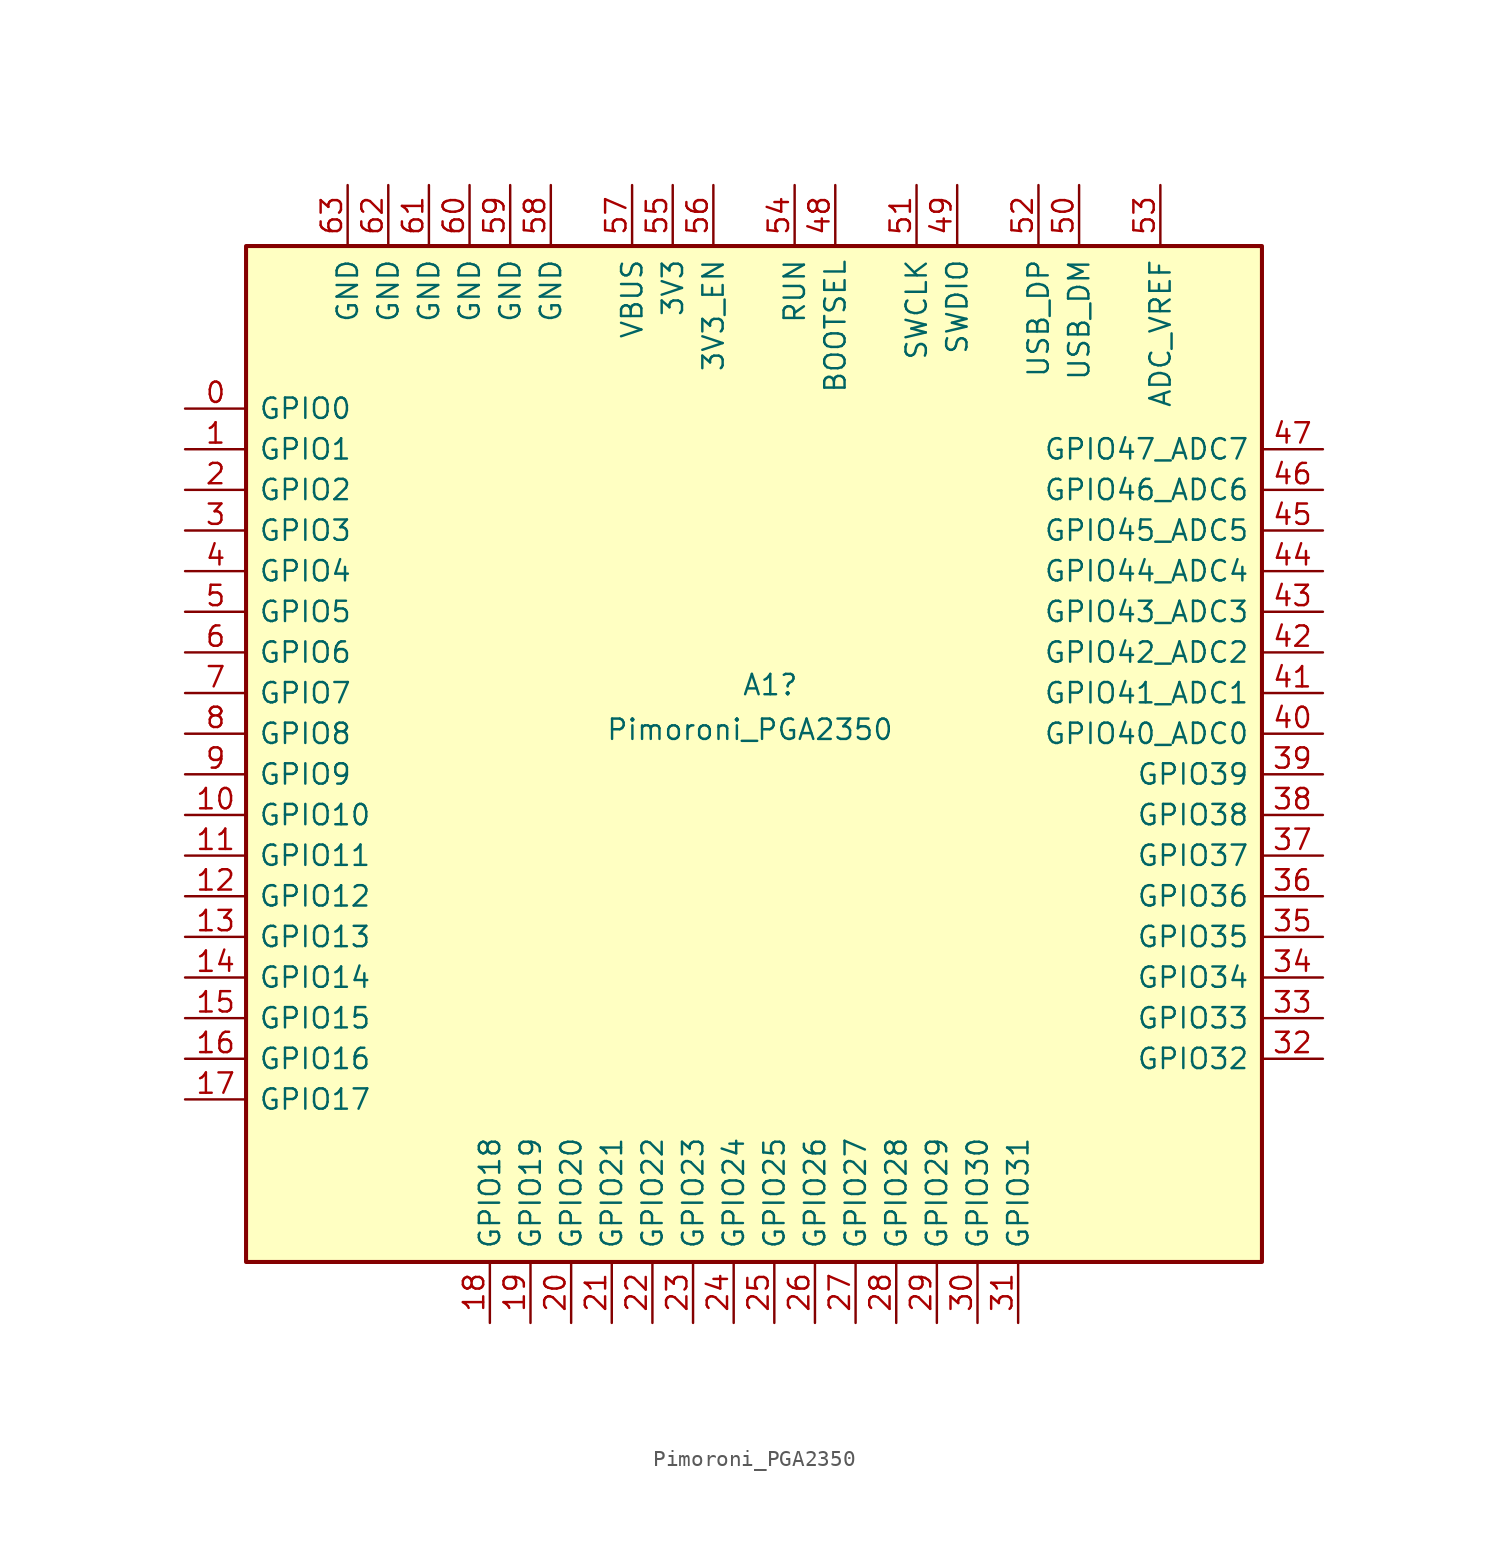
<source format=kicad_sym>
(kicad_symbol_lib
  (version 20231120)
  (generator "kicad_symbol_editor")
  (generator_version "8.0")
  (symbol "Pimoroni_PGA2350"
    (pin_names
      (offset 0.762))
    (property "Reference" "A1"
      (at 1.016 4.318 0)
      (effects (font (size 1.27 1.27))))
    (property "Value" "Pimoroni_PGA2350"
      (at -0.254 1.524 0)
      (effects (font (size 1.27 1.27))))
    (symbol "Pimoroni_PGA2350_0_1"
      (rectangle (start -31.75 31.75) (end 31.75 -31.75) (stroke (width 0.254) (type default)) (fill (type background))))
    (symbol "Pimoroni_PGA2350_1_1"
      (pin bidirectional line (at -35.56 21.59 0) (length 3.81) (name "GPIO0" (effects (font (size 1.27 1.27)))) (number "0" (effects (font (size 1.27 1.27)))) (alternate "I2C0_SDA" bidirectional line) (alternate "PWM0_A" output line) (alternate "SPI0_RX" input line) (alternate "UART0_TX" output line) (alternate "USB_OVCUR_DET" input line))
      (pin bidirectional line (at -35.56 19.05 0) (length 3.81) (name "GPIO1" (effects (font (size 1.27 1.27)))) (number "1" (effects (font (size 1.27 1.27)))) (alternate "I2C0_SCL" bidirectional clock) (alternate "PWM0_B" bidirectional line) (alternate "UART0_RX" input line) (alternate "USB_VBUS_DET" passive line) (alternate "~{SPI0_CSn}" bidirectional line))
      (pin bidirectional line (at -35.56 -3.81 0) (length 3.81) (name "GPIO10" (effects (font (size 1.27 1.27)))) (number "10" (effects (font (size 1.27 1.27)))) (alternate "I2C1_SDA" bidirectional line) (alternate "PWM5_A" output line) (alternate "SPI1_SCK" bidirectional clock) (alternate "UART1_CTS" input line) (alternate "USB_VBUS_DET" input line))
      (pin bidirectional line (at -35.56 -6.35 0) (length 3.81) (name "GPIO11" (effects (font (size 1.27 1.27)))) (number "11" (effects (font (size 1.27 1.27)))) (alternate "I2C1_SCL" bidirectional clock) (alternate "PWM5_B" bidirectional line) (alternate "SPI1_TX" output line) (alternate "UART1_RTS" output line) (alternate "USB_VBUS_EN" output line))
      (pin bidirectional line (at -35.56 -8.89 0) (length 3.81) (name "GPIO12" (effects (font (size 1.27 1.27)))) (number "12" (effects (font (size 1.27 1.27)))) (alternate "I2C0_SDA" bidirectional line) (alternate "PWM6_A" output line) (alternate "SPI1_RX" input line) (alternate "UART0_TX" output line) (alternate "USB_OVCUR_DET" input line))
      (pin bidirectional line (at -35.56 -11.43 0) (length 3.81) (name "GPIO13" (effects (font (size 1.27 1.27)))) (number "13" (effects (font (size 1.27 1.27)))) (alternate "I2C0_SCL" bidirectional clock) (alternate "PWM6_B" bidirectional line) (alternate "UART0_RX" input line) (alternate "USB_VBUS_DET" input line) (alternate "~{SPI1_CSn}" bidirectional line))
      (pin bidirectional line (at -35.56 -13.97 0) (length 3.81) (name "GPIO14" (effects (font (size 1.27 1.27)))) (number "14" (effects (font (size 1.27 1.27)))) (alternate "I2C1_SDA" bidirectional line) (alternate "PWM7_A" output line) (alternate "SPI1_SCK" bidirectional clock) (alternate "UART0_CTS" input line) (alternate "USB_VBUS_EN" output line))
      (pin bidirectional line (at -35.56 -16.51 0) (length 3.81) (name "GPIO15" (effects (font (size 1.27 1.27)))) (number "15" (effects (font (size 1.27 1.27)))) (alternate "I2C1_SCL" bidirectional clock) (alternate "PWM7_B" bidirectional line) (alternate "SPI1_TX" output line) (alternate "UART0_RTS" output line) (alternate "USB_OVCUR_DET" input line))
      (pin bidirectional line (at -35.56 -19.05 0) (length 3.81) (name "GPIO16" (effects (font (size 1.27 1.27)))) (number "16" (effects (font (size 1.27 1.27)))) (alternate "I2C0_SDA" bidirectional line) (alternate "PWM0_A" output line) (alternate "SPI0_RX" input line) (alternate "UART0_TX" output line) (alternate "USB_VBUS_DET" input line))
      (pin bidirectional line (at -35.56 -21.59 0) (length 3.81) (name "GPIO17" (effects (font (size 1.27 1.27)))) (number "17" (effects (font (size 1.27 1.27)))) (alternate "I2C0_SCL" bidirectional clock) (alternate "PWM0_B" bidirectional line) (alternate "UART0_RX" input line) (alternate "USB_VBUS_EN" output line) (alternate "~{SPI0_CSn}" bidirectional line))
      (pin bidirectional line (at -16.51 -35.56 90) (length 3.81) (name "GPIO18" (effects (font (size 1.27 1.27)))) (number "18" (effects (font (size 1.27 1.27)))) (alternate "I2C1_SDA" bidirectional line) (alternate "PWM1_A" output line) (alternate "SPI0_SCK" bidirectional clock) (alternate "UART0_CTS" input line) (alternate "USB_OVCUR_DET" input line))
      (pin bidirectional line (at -13.97 -35.56 90) (length 3.81) (name "GPIO19" (effects (font (size 1.27 1.27)))) (number "19" (effects (font (size 1.27 1.27)))) (alternate "I2C1_SCL" bidirectional clock) (alternate "PWM1_B" bidirectional line) (alternate "SPI0_TX" output line) (alternate "UART0_RTS" output line) (alternate "USB_VBUS_DET" input line))
      (pin bidirectional line (at -35.56 16.51 0) (length 3.81) (name "GPIO2" (effects (font (size 1.27 1.27)))) (number "2" (effects (font (size 1.27 1.27)))) (alternate "I2C1_SDA" bidirectional line) (alternate "PWM1_A" output line) (alternate "SPI0_SCK" bidirectional clock) (alternate "UART0_CTS" input line) (alternate "USB_VBUS_DET" input line))
      (pin bidirectional line (at -11.43 -35.56 90) (length 3.81) (name "GPIO20" (effects (font (size 1.27 1.27)))) (number "20" (effects (font (size 1.27 1.27)))) (alternate "CLOCK_GPIN0" input clock) (alternate "I2C0_SDA" bidirectional line) (alternate "PWM2_A" output line) (alternate "SPI0_RX" input line) (alternate "UART1_TX" output line) (alternate "USB_VBUS_EN" output line))
      (pin bidirectional line (at -8.89 -35.56 90) (length 3.81) (name "GPIO21" (effects (font (size 1.27 1.27)))) (number "21" (effects (font (size 1.27 1.27)))) (alternate "CLOCK_GPOUT0" output clock) (alternate "I2C0_SCL" bidirectional clock) (alternate "PWM2_B" bidirectional line) (alternate "UART1_RX" input line) (alternate "USB_OVCUR_DET" input line) (alternate "~{SPI0_CSn}" bidirectional line))
      (pin bidirectional line (at -6.35 -35.56 90) (length 3.81) (name "GPIO22" (effects (font (size 1.27 1.27)))) (number "22" (effects (font (size 1.27 1.27)))) (alternate "CLOCK_GPIN1" input clock) (alternate "I2C1_SDA" bidirectional line) (alternate "PWM3_A" output line) (alternate "SPI0_SCK" bidirectional clock) (alternate "UART1_CTS" input line) (alternate "USB_VBUS_DET" input line))
      (pin bidirectional line (at -3.81 -35.56 90) (length 3.81) (name "GPIO23" (effects (font (size 1.27 1.27)))) (number "23" (effects (font (size 1.27 1.27)))) (alternate "CLOCK_GPIN1" input clock) (alternate "I2C1_SDA" bidirectional line) (alternate "PWM3_A" output line) (alternate "SPI0_SCK" bidirectional clock) (alternate "UART1_CTS" input line) (alternate "USB_VBUS_DET" input line))
      (pin bidirectional line (at -1.27 -35.56 90) (length 3.81) (name "GPIO24" (effects (font (size 1.27 1.27)))) (number "24" (effects (font (size 1.27 1.27)))) (alternate "CLOCK_GPIN1" input clock) (alternate "I2C1_SDA" bidirectional line) (alternate "PWM3_A" output line) (alternate "SPI0_SCK" bidirectional clock) (alternate "UART1_CTS" input line) (alternate "USB_VBUS_DET" input line))
      (pin bidirectional line (at 1.27 -35.56 90) (length 3.81) (name "GPIO25" (effects (font (size 1.27 1.27)))) (number "25" (effects (font (size 1.27 1.27)))) (alternate "CLOCK_GPIN1" input clock) (alternate "I2C1_SDA" bidirectional line) (alternate "PWM3_A" output line) (alternate "SPI0_SCK" bidirectional clock) (alternate "UART1_CTS" input line) (alternate "USB_VBUS_DET" input line))
      (pin bidirectional line (at 3.81 -35.56 90) (length 3.81) (name "GPIO26" (effects (font (size 1.27 1.27)))) (number "26" (effects (font (size 1.27 1.27)))) (alternate "ADC0" input line) (alternate "GPIO26" bidirectional line) (alternate "I2C1_SDA" bidirectional line) (alternate "PWM5_A" output line) (alternate "SPI1_SCK" bidirectional clock) (alternate "UART1_CTS" input line) (alternate "USB_VBUS_EN" output line))
      (pin bidirectional line (at 6.35 -35.56 90) (length 3.81) (name "GPIO27" (effects (font (size 1.27 1.27)))) (number "27" (effects (font (size 1.27 1.27)))) (alternate "ADC1" input line) (alternate "GPIO27" bidirectional line) (alternate "I2C1_SCL" bidirectional clock) (alternate "PWM5_B" bidirectional line) (alternate "SPI1_TX" output line) (alternate "UART1_RTS" output line) (alternate "USB_OVCUR_DET" input line))
      (pin bidirectional line (at 8.89 -35.56 90) (length 3.81) (name "GPIO28" (effects (font (size 1.27 1.27)))) (number "28" (effects (font (size 1.27 1.27)))) (alternate "ADC2" input line) (alternate "GPIO28" bidirectional line) (alternate "I2C0_SDA" bidirectional line) (alternate "PWM6_A" output line) (alternate "SPI1_RX" input line) (alternate "UART0_TX" output line) (alternate "USB_VBUS_DET" input line))
      (pin bidirectional line (at 11.43 -35.56 90) (length 3.81) (name "GPIO29" (effects (font (size 1.27 1.27)))) (number "29" (effects (font (size 1.27 1.27)))) (alternate "ADC2" input line) (alternate "GPIO28" bidirectional line) (alternate "I2C0_SDA" bidirectional line) (alternate "PWM6_A" output line) (alternate "SPI1_RX" input line) (alternate "UART0_TX" output line) (alternate "USB_VBUS_DET" input line))
      (pin bidirectional line (at -35.56 13.97 0) (length 3.81) (name "GPIO3" (effects (font (size 1.27 1.27)))) (number "3" (effects (font (size 1.27 1.27)))) (alternate "I2C1_SCL" bidirectional clock) (alternate "PWM1_B" bidirectional line) (alternate "SPI0_TX" output line) (alternate "UART0_RTS" output line) (alternate "USB_OVCUR_DET" input line))
      (pin bidirectional line (at 13.97 -35.56 90) (length 3.81) (name "GPIO30" (effects (font (size 1.27 1.27)))) (number "30" (effects (font (size 1.27 1.27)))) (alternate "ADC2" input line) (alternate "GPIO28" bidirectional line) (alternate "I2C0_SDA" bidirectional line) (alternate "PWM6_A" output line) (alternate "SPI1_RX" input line) (alternate "UART0_TX" output line) (alternate "USB_VBUS_DET" input line))
      (pin bidirectional line (at 16.51 -35.56 90) (length 3.81) (name "GPIO31" (effects (font (size 1.27 1.27)))) (number "31" (effects (font (size 1.27 1.27)))) (alternate "ADC2" input line) (alternate "GPIO28" bidirectional line) (alternate "I2C0_SDA" bidirectional line) (alternate "PWM6_A" output line) (alternate "SPI1_RX" input line) (alternate "UART0_TX" output line) (alternate "USB_VBUS_DET" input line))
      (pin bidirectional line (at 35.56 -19.05 180) (length 3.81) (name "GPIO32" (effects (font (size 1.27 1.27)))) (number "32" (effects (font (size 1.27 1.27)))) (alternate "ADC2" input line) (alternate "GPIO28" bidirectional line) (alternate "I2C0_SDA" bidirectional line) (alternate "PWM6_A" output line) (alternate "SPI1_RX" input line) (alternate "UART0_TX" output line) (alternate "USB_VBUS_DET" input line))
      (pin bidirectional line (at 35.56 -16.51 180) (length 3.81) (name "GPIO33" (effects (font (size 1.27 1.27)))) (number "33" (effects (font (size 1.27 1.27)))) (alternate "ADC2" input line) (alternate "GPIO28" bidirectional line) (alternate "I2C0_SDA" bidirectional line) (alternate "PWM6_A" output line) (alternate "SPI1_RX" input line) (alternate "UART0_TX" output line) (alternate "USB_VBUS_DET" input line))
      (pin bidirectional line (at 35.56 -13.97 180) (length 3.81) (name "GPIO34" (effects (font (size 1.27 1.27)))) (number "34" (effects (font (size 1.27 1.27)))) (alternate "ADC2" input line) (alternate "GPIO28" bidirectional line) (alternate "I2C0_SDA" bidirectional line) (alternate "PWM6_A" output line) (alternate "SPI1_RX" input line) (alternate "UART0_TX" output line) (alternate "USB_VBUS_DET" input line))
      (pin bidirectional line (at 35.56 -11.43 180) (length 3.81) (name "GPIO35" (effects (font (size 1.27 1.27)))) (number "35" (effects (font (size 1.27 1.27)))) (alternate "ADC2" input line) (alternate "GPIO28" bidirectional line) (alternate "I2C0_SDA" bidirectional line) (alternate "PWM6_A" output line) (alternate "SPI1_RX" input line) (alternate "UART0_TX" output line) (alternate "USB_VBUS_DET" input line))
      (pin bidirectional line (at 35.56 -8.89 180) (length 3.81) (name "GPIO36" (effects (font (size 1.27 1.27)))) (number "36" (effects (font (size 1.27 1.27)))) (alternate "ADC2" input line) (alternate "GPIO28" bidirectional line) (alternate "I2C0_SDA" bidirectional line) (alternate "PWM6_A" output line) (alternate "SPI1_RX" input line) (alternate "UART0_TX" output line) (alternate "USB_VBUS_DET" input line))
      (pin bidirectional line (at 35.56 -6.35 180) (length 3.81) (name "GPIO37" (effects (font (size 1.27 1.27)))) (number "37" (effects (font (size 1.27 1.27)))) (alternate "ADC2" input line) (alternate "GPIO28" bidirectional line) (alternate "I2C0_SDA" bidirectional line) (alternate "PWM6_A" output line) (alternate "SPI1_RX" input line) (alternate "UART0_TX" output line) (alternate "USB_VBUS_DET" input line))
      (pin bidirectional line (at 35.56 -3.81 180) (length 3.81) (name "GPIO38" (effects (font (size 1.27 1.27)))) (number "38" (effects (font (size 1.27 1.27)))) (alternate "ADC2" input line) (alternate "GPIO28" bidirectional line) (alternate "I2C0_SDA" bidirectional line) (alternate "PWM6_A" output line) (alternate "SPI1_RX" input line) (alternate "UART0_TX" output line) (alternate "USB_VBUS_DET" input line))
      (pin bidirectional line (at 35.56 -1.27 180) (length 3.81) (name "GPIO39" (effects (font (size 1.27 1.27)))) (number "39" (effects (font (size 1.27 1.27)))) (alternate "ADC2" input line) (alternate "GPIO28" bidirectional line) (alternate "I2C0_SDA" bidirectional line) (alternate "PWM6_A" output line) (alternate "SPI1_RX" input line) (alternate "UART0_TX" output line) (alternate "USB_VBUS_DET" input line))
      (pin bidirectional line (at -35.56 11.43 0) (length 3.81) (name "GPIO4" (effects (font (size 1.27 1.27)))) (number "4" (effects (font (size 1.27 1.27)))) (alternate "I2C0_SDA" bidirectional line) (alternate "PWM2_A" output line) (alternate "SPI0_RX" input line) (alternate "UART1_TX" output line) (alternate "USB_VBUS_DET" input line))
      (pin bidirectional line (at 35.56 1.27 180) (length 3.81) (name "GPIO40_ADC0" (effects (font (size 1.27 1.27)))) (number "40" (effects (font (size 1.27 1.27)))) (alternate "ADC2" input line) (alternate "GPIO28" bidirectional line) (alternate "I2C0_SDA" bidirectional line) (alternate "PWM6_A" output line) (alternate "SPI1_RX" input line) (alternate "UART0_TX" output line) (alternate "USB_VBUS_DET" input line))
      (pin bidirectional line (at 35.56 3.81 180) (length 3.81) (name "GPIO41_ADC1" (effects (font (size 1.27 1.27)))) (number "41" (effects (font (size 1.27 1.27)))) (alternate "ADC2" input line) (alternate "GPIO28" bidirectional line) (alternate "I2C0_SDA" bidirectional line) (alternate "PWM6_A" output line) (alternate "SPI1_RX" input line) (alternate "UART0_TX" output line) (alternate "USB_VBUS_DET" input line))
      (pin bidirectional line (at 35.56 6.35 180) (length 3.81) (name "GPIO42_ADC2" (effects (font (size 1.27 1.27)))) (number "42" (effects (font (size 1.27 1.27)))) (alternate "ADC2" input line) (alternate "GPIO28" bidirectional line) (alternate "I2C0_SDA" bidirectional line) (alternate "PWM6_A" output line) (alternate "SPI1_RX" input line) (alternate "UART0_TX" output line) (alternate "USB_VBUS_DET" input line))
      (pin bidirectional line (at 35.56 8.89 180) (length 3.81) (name "GPIO43_ADC3" (effects (font (size 1.27 1.27)))) (number "43" (effects (font (size 1.27 1.27)))) (alternate "ADC2" input line) (alternate "GPIO28" bidirectional line) (alternate "I2C0_SDA" bidirectional line) (alternate "PWM6_A" output line) (alternate "SPI1_RX" input line) (alternate "UART0_TX" output line) (alternate "USB_VBUS_DET" input line))
      (pin bidirectional line (at 35.56 11.43 180) (length 3.81) (name "GPIO44_ADC4" (effects (font (size 1.27 1.27)))) (number "44" (effects (font (size 1.27 1.27)))) (alternate "ADC2" input line) (alternate "GPIO28" bidirectional line) (alternate "I2C0_SDA" bidirectional line) (alternate "PWM6_A" output line) (alternate "SPI1_RX" input line) (alternate "UART0_TX" output line) (alternate "USB_VBUS_DET" input line))
      (pin bidirectional line (at 35.56 13.97 180) (length 3.81) (name "GPIO45_ADC5" (effects (font (size 1.27 1.27)))) (number "45" (effects (font (size 1.27 1.27)))) (alternate "ADC2" input line) (alternate "GPIO28" bidirectional line) (alternate "I2C0_SDA" bidirectional line) (alternate "PWM6_A" output line) (alternate "SPI1_RX" input line) (alternate "UART0_TX" output line) (alternate "USB_VBUS_DET" input line))
      (pin bidirectional line (at 35.56 16.51 180) (length 3.81) (name "GPIO46_ADC6" (effects (font (size 1.27 1.27)))) (number "46" (effects (font (size 1.27 1.27)))) (alternate "ADC2" input line) (alternate "GPIO28" bidirectional line) (alternate "I2C0_SDA" bidirectional line) (alternate "PWM6_A" output line) (alternate "SPI1_RX" input line) (alternate "UART0_TX" output line) (alternate "USB_VBUS_DET" input line))
      (pin bidirectional line (at 35.56 19.05 180) (length 3.81) (name "GPIO47_ADC7" (effects (font (size 1.27 1.27)))) (number "47" (effects (font (size 1.27 1.27)))) (alternate "ADC2" input line) (alternate "GPIO28" bidirectional line) (alternate "I2C0_SDA" bidirectional line) (alternate "PWM6_A" output line) (alternate "SPI1_RX" input line) (alternate "UART0_TX" output line) (alternate "USB_VBUS_DET" input line))
      (pin bidirectional line (at 5.08 35.56 270) (length 3.81) (name "BOOTSEL" (effects (font (size 1.27 1.27)))) (number "48" (effects (font (size 1.27 1.27)))) (alternate "ADC2" input line) (alternate "GPIO28" bidirectional line) (alternate "I2C0_SDA" bidirectional line) (alternate "PWM6_A" output line) (alternate "SPI1_RX" input line) (alternate "UART0_TX" output line) (alternate "USB_VBUS_DET" input line))
      (pin bidirectional line (at 12.7 35.56 270) (length 3.81) (name "SWDIO" (effects (font (size 1.27 1.27)))) (number "49" (effects (font (size 1.27 1.27)))) (alternate "ADC2" input line) (alternate "GPIO28" bidirectional line) (alternate "I2C0_SDA" bidirectional line) (alternate "PWM6_A" output line) (alternate "SPI1_RX" input line) (alternate "UART0_TX" output line) (alternate "USB_VBUS_DET" input line))
      (pin bidirectional line (at -35.56 8.89 0) (length 3.81) (name "GPIO5" (effects (font (size 1.27 1.27)))) (number "5" (effects (font (size 1.27 1.27)))) (alternate "I2C0_SCL" bidirectional clock) (alternate "PWM2_B" bidirectional line) (alternate "UART1_RX" input line) (alternate "USB_VBUS_EN" output line) (alternate "~{SPI0_CSn}" bidirectional line))
      (pin bidirectional line (at 20.32 35.56 270) (length 3.81) (name "USB_DM" (effects (font (size 1.27 1.27)))) (number "50" (effects (font (size 1.27 1.27)))) (alternate "ADC2" input line) (alternate "GPIO28" bidirectional line) (alternate "I2C0_SDA" bidirectional line) (alternate "PWM6_A" output line) (alternate "SPI1_RX" input line) (alternate "UART0_TX" output line) (alternate "USB_VBUS_DET" input line))
      (pin bidirectional line (at 10.16 35.56 270) (length 3.81) (name "SWCLK" (effects (font (size 1.27 1.27)))) (number "51" (effects (font (size 1.27 1.27)))) (alternate "ADC2" input line) (alternate "GPIO28" bidirectional line) (alternate "I2C0_SDA" bidirectional line) (alternate "PWM6_A" output line) (alternate "SPI1_RX" input line) (alternate "UART0_TX" output line) (alternate "USB_VBUS_DET" input line))
      (pin bidirectional line (at 17.78 35.56 270) (length 3.81) (name "USB_DP" (effects (font (size 1.27 1.27)))) (number "52" (effects (font (size 1.27 1.27)))) (alternate "ADC2" input line) (alternate "GPIO28" bidirectional line) (alternate "I2C0_SDA" bidirectional line) (alternate "PWM6_A" output line) (alternate "SPI1_RX" input line) (alternate "UART0_TX" output line) (alternate "USB_VBUS_DET" input line))
      (pin bidirectional line (at 25.4 35.56 270) (length 3.81) (name "ADC_VREF" (effects (font (size 1.27 1.27)))) (number "53" (effects (font (size 1.27 1.27)))) (alternate "ADC2" input line) (alternate "GPIO28" bidirectional line) (alternate "I2C0_SDA" bidirectional line) (alternate "PWM6_A" output line) (alternate "SPI1_RX" input line) (alternate "UART0_TX" output line) (alternate "USB_VBUS_DET" input line))
      (pin bidirectional line (at 2.54 35.56 270) (length 3.81) (name "RUN" (effects (font (size 1.27 1.27)))) (number "54" (effects (font (size 1.27 1.27)))) (alternate "ADC2" input line) (alternate "GPIO28" bidirectional line) (alternate "I2C0_SDA" bidirectional line) (alternate "PWM6_A" output line) (alternate "SPI1_RX" input line) (alternate "UART0_TX" output line) (alternate "USB_VBUS_DET" input line))
      (pin bidirectional line (at -5.08 35.56 270) (length 3.81) (name "3V3" (effects (font (size 1.27 1.27)))) (number "55" (effects (font (size 1.27 1.27)))) (alternate "ADC2" input line) (alternate "GPIO28" bidirectional line) (alternate "I2C0_SDA" bidirectional line) (alternate "PWM6_A" output line) (alternate "SPI1_RX" input line) (alternate "UART0_TX" output line) (alternate "USB_VBUS_DET" input line))
      (pin bidirectional line (at -2.54 35.56 270) (length 3.81) (name "3V3_EN" (effects (font (size 1.27 1.27)))) (number "56" (effects (font (size 1.27 1.27)))) (alternate "ADC2" input line) (alternate "GPIO28" bidirectional line) (alternate "I2C0_SDA" bidirectional line) (alternate "PWM6_A" output line) (alternate "SPI1_RX" input line) (alternate "UART0_TX" output line) (alternate "USB_VBUS_DET" input line))
      (pin bidirectional line (at -7.62 35.56 270) (length 3.81) (name "VBUS" (effects (font (size 1.27 1.27)))) (number "57" (effects (font (size 1.27 1.27)))) (alternate "ADC2" input line) (alternate "GPIO28" bidirectional line) (alternate "I2C0_SDA" bidirectional line) (alternate "PWM6_A" output line) (alternate "SPI1_RX" input line) (alternate "UART0_TX" output line) (alternate "USB_VBUS_DET" input line))
      (pin power_out line (at -12.7 35.56 270) (length 3.81) (name "GND" (effects (font (size 1.27 1.27)))) (number "58" (effects (font (size 1.27 1.27)))) (alternate "GND_IN" power_in line))
      (pin power_out line (at -15.24 35.56 270) (length 3.81) (name "GND" (effects (font (size 1.27 1.27)))) (number "59" (effects (font (size 1.27 1.27)))))
      (pin bidirectional line (at -35.56 6.35 0) (length 3.81) (name "GPIO6" (effects (font (size 1.27 1.27)))) (number "6" (effects (font (size 1.27 1.27)))) (alternate "I2C1_SDA" bidirectional line) (alternate "PWM3_A" output line) (alternate "SPI0_SCK" bidirectional clock) (alternate "UART1_CTS" input line) (alternate "USB_OVCUR_DET" input line))
      (pin power_out line (at -17.78 35.56 270) (length 3.81) (name "GND" (effects (font (size 1.27 1.27)))) (number "60" (effects (font (size 1.27 1.27)))))
      (pin power_out line (at -20.32 35.56 270) (length 3.81) (name "GND" (effects (font (size 1.27 1.27)))) (number "61" (effects (font (size 1.27 1.27)))))
      (pin power_out line (at -22.86 35.56 270) (length 3.81) (name "GND" (effects (font (size 1.27 1.27)))) (number "62" (effects (font (size 1.27 1.27)))))
      (pin power_out line (at -25.4 35.56 270) (length 3.81) (name "GND" (effects (font (size 1.27 1.27)))) (number "63" (effects (font (size 1.27 1.27)))))
      (pin bidirectional line (at -35.56 3.81 0) (length 3.81) (name "GPIO7" (effects (font (size 1.27 1.27)))) (number "7" (effects (font (size 1.27 1.27)))) (alternate "I2C1_SCL" bidirectional clock) (alternate "PWM3_B" bidirectional line) (alternate "SPI0_TX" output line) (alternate "UART1_RTS" output line) (alternate "USB_VBUS_DET" input line))
      (pin bidirectional line (at -35.56 1.27 0) (length 3.81) (name "GPIO8" (effects (font (size 1.27 1.27)))) (number "8" (effects (font (size 1.27 1.27)))) (alternate "I2C0_SDA" bidirectional line) (alternate "PWM4_A" output line) (alternate "SPI1_RX" input line) (alternate "UART1_TX" output line) (alternate "USB_VBUS_EN" output line))
      (pin bidirectional line (at -35.56 -1.27 0) (length 3.81) (name "GPIO9" (effects (font (size 1.27 1.27)))) (number "9" (effects (font (size 1.27 1.27)))) (alternate "I2C0_SCL" bidirectional clock) (alternate "PWM4_B" bidirectional line) (alternate "UART1_RX" input line) (alternate "USB_OVCUR_DET" input line) (alternate "~{SPI1_CSn}" bidirectional line)))))
</source>
